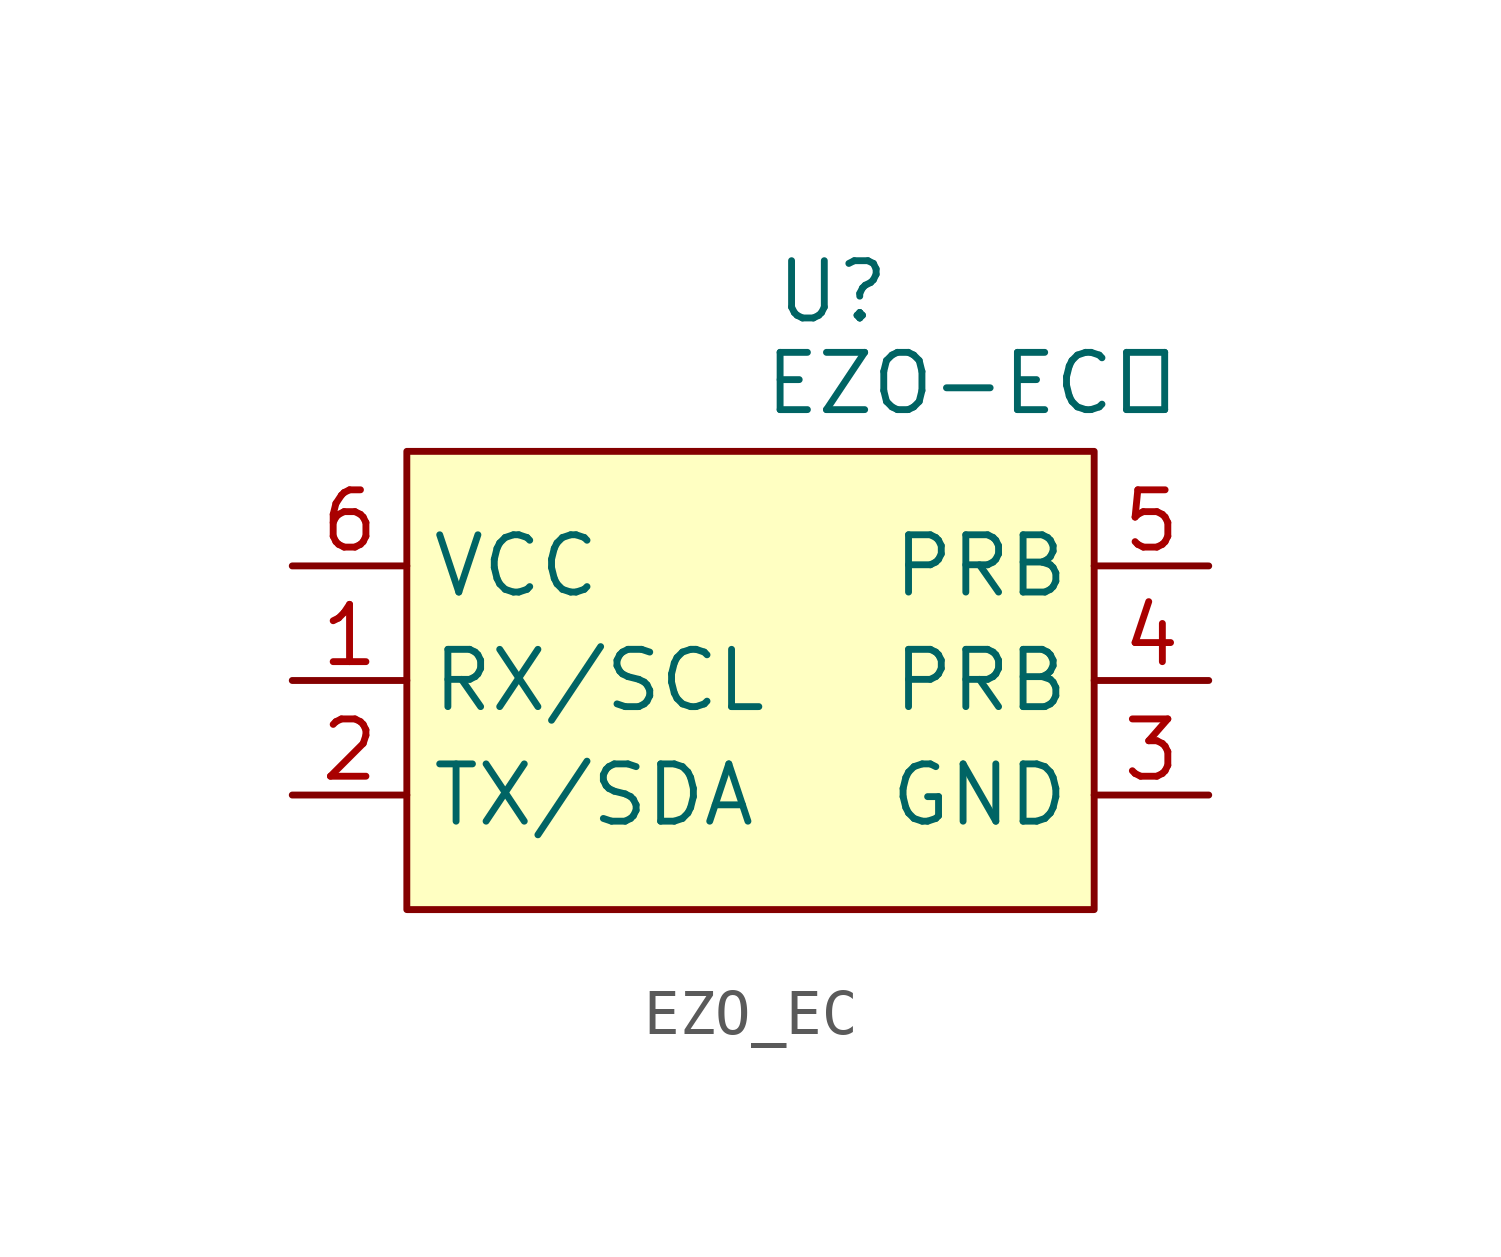
<source format=kicad_sym>
(kicad_symbol_lib
  (version 20231120)
  (generator "kicad_symbol_editor")
  (generator_version "8.0")
  (symbol "EZO_EC"
    (property "Reference" "U"
      (at 0.508 2.794 0)
      (effects (font (size 1.27 1.27)) (justify left bottom)))
    (property "Value" "EZO-EC™"
      (at 0.254 0.762 0)
      (effects (font (size 1.27 1.27)) (justify left bottom)))
    (symbol "EZO_EC_1_1"
      (rectangle (start -7.62 0) (end 7.62 -10.16) (stroke (width 0) (type default)) (fill (type background)))
      (pin input line (at -10.16 -5.08 0) (length 2.54) (name "RX/SCL" (effects (font (size 1.27 1.27)))) (number "1" (effects (font (size 1.27 1.27)))))
      (pin input line (at -10.16 -7.62 0) (length 2.54) (name "TX/SDA" (effects (font (size 1.27 1.27)))) (number "2" (effects (font (size 1.27 1.27)))))
      (pin input line (at 10.16 -7.62 180) (length 2.54) (name "GND" (effects (font (size 1.27 1.27)))) (number "3" (effects (font (size 1.27 1.27)))))
      (pin input line (at 10.16 -5.08 180) (length 2.54) (name "PRB" (effects (font (size 1.27 1.27)))) (number "4" (effects (font (size 1.27 1.27)))))
      (pin input line (at 10.16 -2.54 180) (length 2.54) (name "PRB" (effects (font (size 1.27 1.27)))) (number "5" (effects (font (size 1.27 1.27)))))
      (pin input line (at -10.16 -2.54 0) (length 2.54) (name "VCC" (effects (font (size 1.27 1.27)))) (number "6" (effects (font (size 1.27 1.27))))))))
</source>
